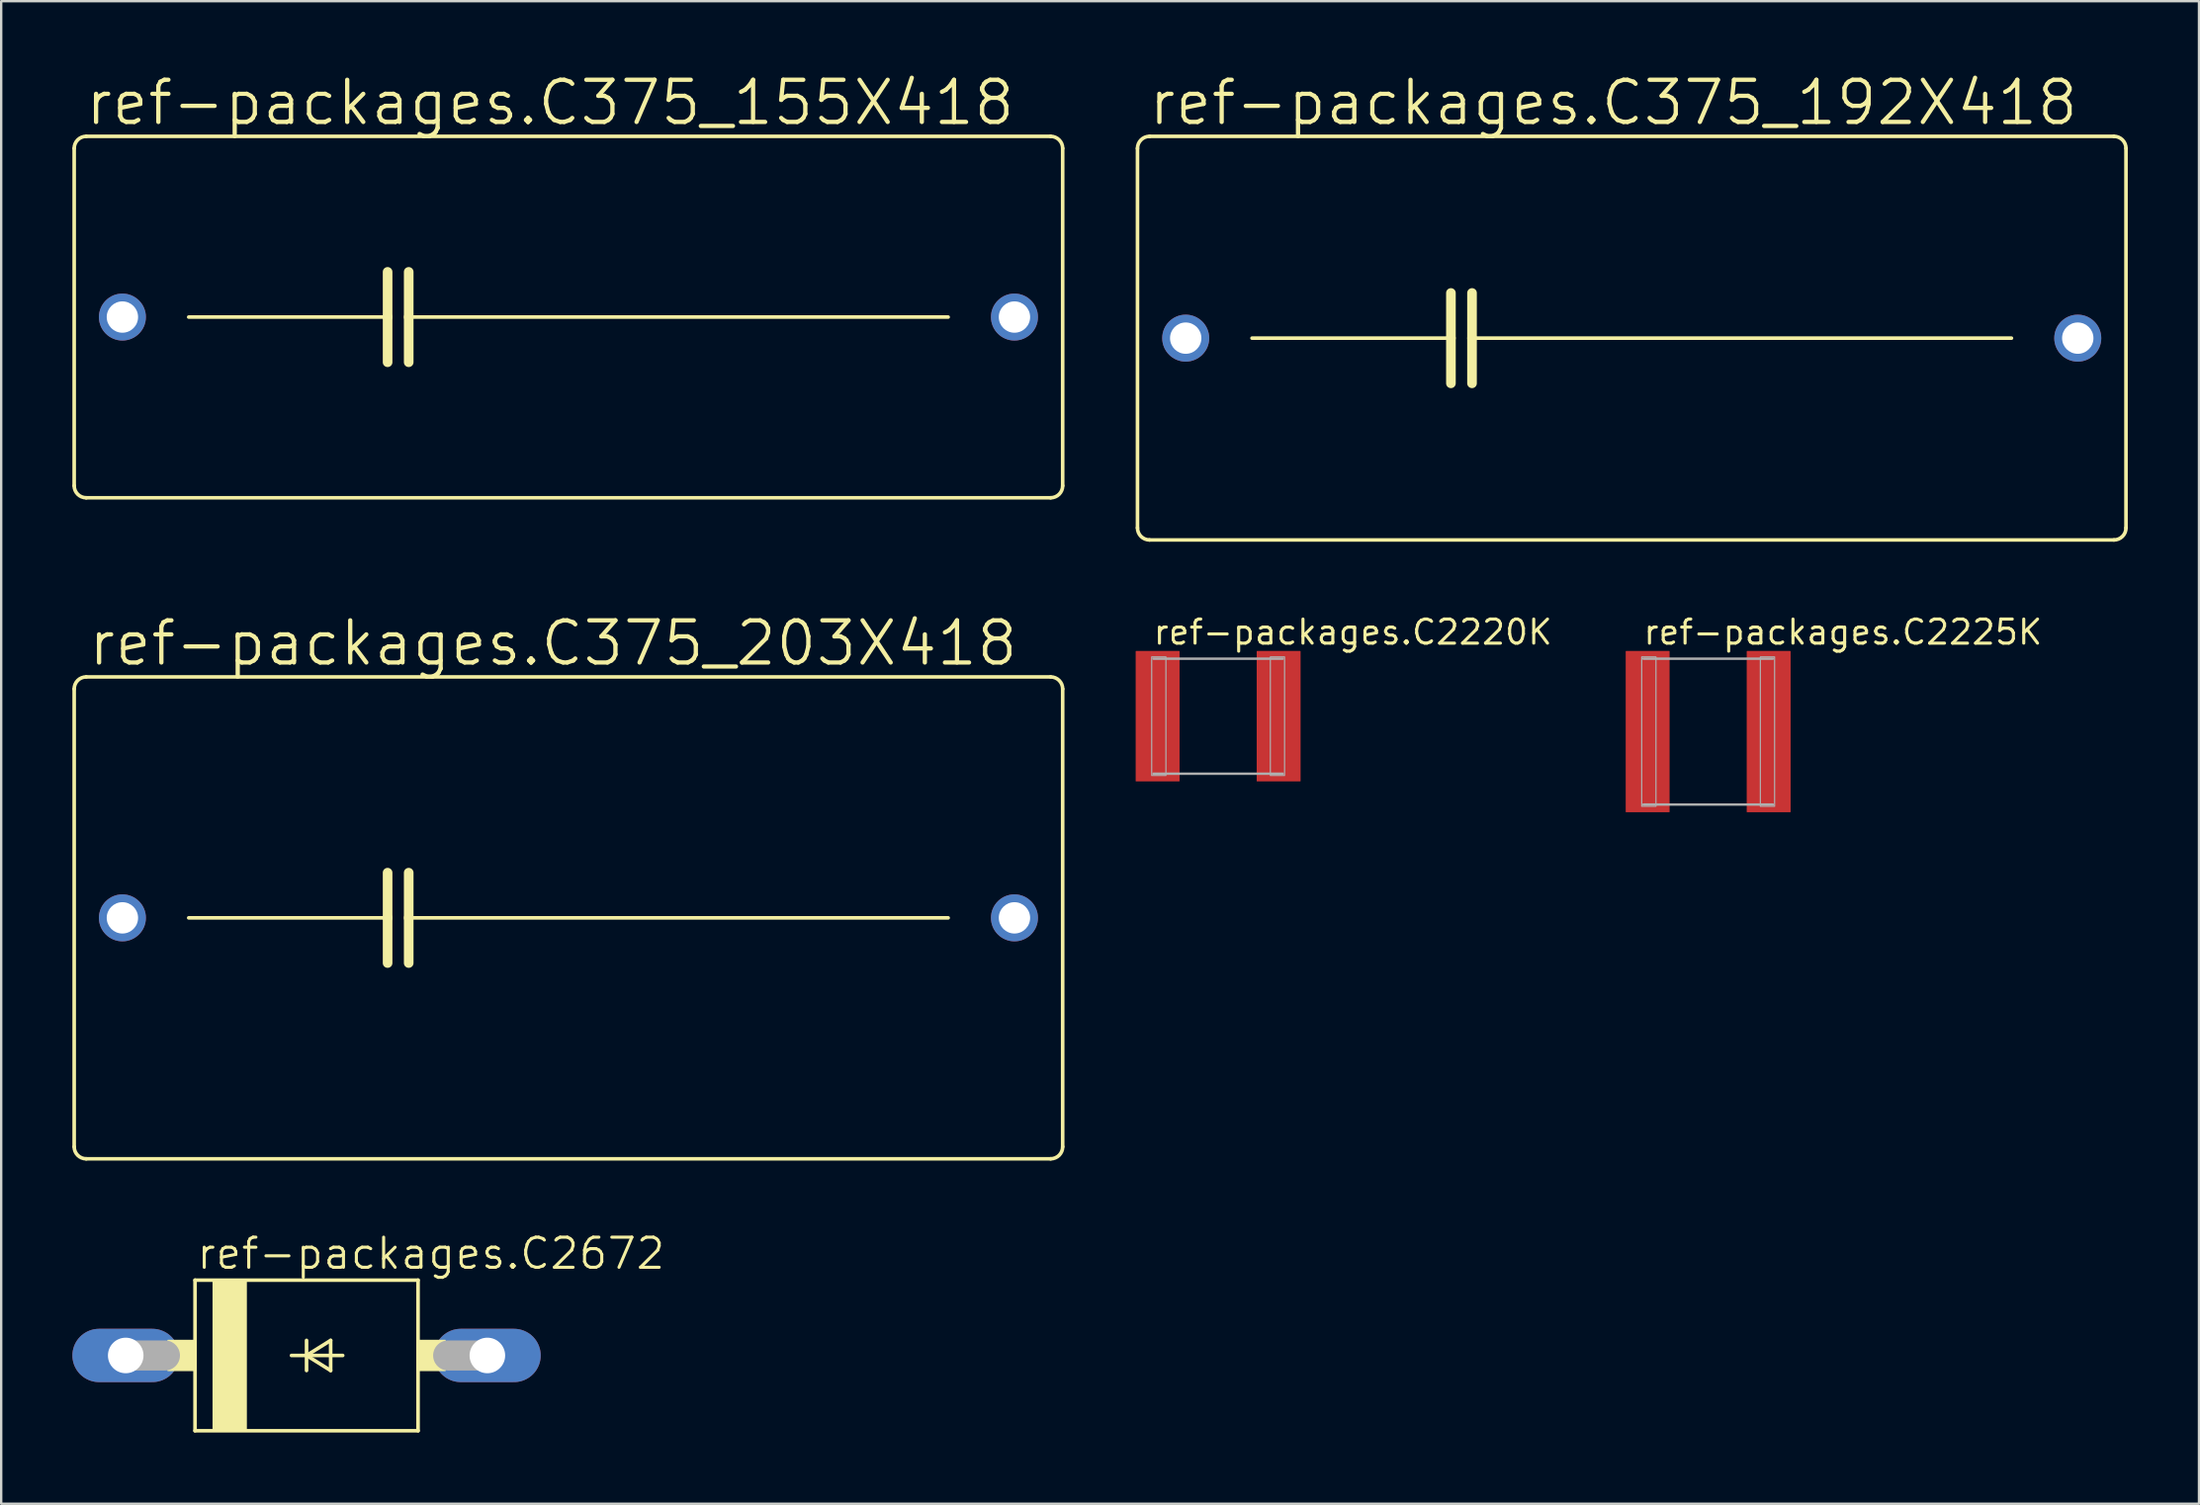
<source format=kicad_pcb>
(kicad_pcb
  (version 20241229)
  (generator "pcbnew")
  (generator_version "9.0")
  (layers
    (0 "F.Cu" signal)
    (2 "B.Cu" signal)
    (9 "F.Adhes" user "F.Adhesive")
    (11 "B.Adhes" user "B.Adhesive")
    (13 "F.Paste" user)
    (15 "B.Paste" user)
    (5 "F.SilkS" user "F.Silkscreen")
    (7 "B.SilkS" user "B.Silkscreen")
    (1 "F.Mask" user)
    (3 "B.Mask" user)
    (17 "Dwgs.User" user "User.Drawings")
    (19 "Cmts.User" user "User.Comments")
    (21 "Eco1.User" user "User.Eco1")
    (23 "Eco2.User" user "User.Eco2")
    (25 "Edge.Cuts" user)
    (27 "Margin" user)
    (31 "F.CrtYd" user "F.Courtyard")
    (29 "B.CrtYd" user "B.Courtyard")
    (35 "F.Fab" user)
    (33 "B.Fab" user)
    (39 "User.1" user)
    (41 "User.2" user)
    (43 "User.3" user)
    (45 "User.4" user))
  (footprint "ref-packages.C2225K"
    (layer "F.Cu")
    (at 68.933 27.799)
    (property "Reference" "ref-packages.C2225K" (at -2.8 -3.6 0) (layer "F.SilkS") (effects (font (size 1.016 1.016) (thickness 0.13)) (justify left bottom)))
    (attr smd)
    (fp_line (start -2.725 -3.075) (end 2.725 -3.075) (stroke (width 0.102) (type default)) (layer "F.Fab"))
    (fp_line (start 2.725 3.075) (end -2.725 3.075) (stroke (width 0.102) (type default)) (layer "F.Fab"))
    (fp_rect (start -2.8 3.15) (end -2.2 -3.15) (stroke (width 0.05) (type default)) (fill no) (layer "F.Fab"))
    (fp_rect (start 2.2 3.15) (end 2.8 -3.15) (stroke (width 0.05) (type default)) (fill no) (layer "F.Fab"))
    (pad "1" smd roundrect (at -2.55 0) (size 1.85 6.8) (layers "F.Cu" "F.Mask" "F.Paste") (roundrect_rratio 0.01))
    (pad "2" smd roundrect (at 2.55 0) (size 1.85 6.8) (layers "F.Cu" "F.Mask" "F.Paste") (roundrect_rratio 0.01)))
  (footprint "ref-packages.C2220K"
    (layer "F.Cu")
    (at 48.283 27.149)
    (property "Reference" "ref-packages.C2220K" (at -2.8 -2.95 0) (layer "F.SilkS") (effects (font (size 1.016 1.016) (thickness 0.13)) (justify left bottom)))
    (attr smd)
    (fp_line (start -2.725 -2.425) (end 2.725 -2.425) (stroke (width 0.102) (type default)) (layer "F.Fab"))
    (fp_line (start 2.725 2.425) (end -2.725 2.425) (stroke (width 0.102) (type default)) (layer "F.Fab"))
    (fp_rect (start -2.8 2.5) (end -2.2 -2.5) (stroke (width 0.05) (type default)) (fill no) (layer "F.Fab"))
    (fp_rect (start 2.2 2.5) (end 2.8 -2.5) (stroke (width 0.05) (type default)) (fill no) (layer "F.Fab"))
    (pad "1" smd roundrect (at -2.55 0) (size 1.85 5.5) (layers "F.Cu" "F.Mask" "F.Paste") (roundrect_rratio 0.01))
    (pad "2" smd roundrect (at 2.55 0) (size 1.85 5.5) (layers "F.Cu" "F.Mask" "F.Paste") (roundrect_rratio 0.01)))
  (footprint "ref-packages.C2672"
    (layer "F.Cu")
    (at 9.868 54.104)
    (property "Reference" "ref-packages.C2672" (at -4.699 -3.556 0) (layer "F.SilkS") (effects (font (size 1.27 1.27) (thickness 0.13)) (justify left bottom)))
    (attr through_hole)
    (fp_line (start -4.699 -3.175) (end -4.699 3.175) (stroke (width 0.152) (type default)) (layer "F.SilkS"))
    (fp_line (start -4.699 -3.175) (end 4.699 -3.175) (stroke (width 0.152) (type default)) (layer "F.SilkS"))
    (fp_line (start -0.635 0) (end 0 0) (stroke (width 0.152) (type default)) (layer "F.SilkS"))
    (fp_line (start 0 -0.635) (end 0 0) (stroke (width 0.152) (type default)) (layer "F.SilkS"))
    (fp_line (start 0 0) (end 0 0.635) (stroke (width 0.152) (type default)) (layer "F.SilkS"))
    (fp_line (start 0 0) (end 1.016 -0.635) (stroke (width 0.152) (type default)) (layer "F.SilkS"))
    (fp_line (start 0 0) (end 1.524 0) (stroke (width 0.152) (type default)) (layer "F.SilkS"))
    (fp_line (start 1.016 -0.635) (end 1.016 0.635) (stroke (width 0.152) (type default)) (layer "F.SilkS"))
    (fp_line (start 1.016 0.635) (end 0 0) (stroke (width 0.152) (type default)) (layer "F.SilkS"))
    (fp_line (start 4.699 3.175) (end -4.699 3.175) (stroke (width 0.152) (type default)) (layer "F.SilkS"))
    (fp_line (start 4.699 3.175) (end 4.699 -3.175) (stroke (width 0.152) (type default)) (layer "F.SilkS"))
    (fp_rect (start -5.842 0.635) (end -4.699 -0.635) (stroke (width 0.05) (type default)) (fill yes) (layer "F.SilkS"))
    (fp_rect (start -3.937 3.175) (end -2.54 -3.175) (stroke (width 0.05) (type default)) (fill yes) (layer "F.SilkS"))
    (fp_rect (start 4.699 0.635) (end 5.842 -0.635) (stroke (width 0.05) (type default)) (fill yes) (layer "F.SilkS"))
    (fp_line (start -7.62 0) (end -5.969 0) (stroke (width 1.27) (type default)) (layer "F.Fab"))
    (fp_line (start 7.62 0) (end 5.969 0) (stroke (width 1.27) (type default)) (layer "F.Fab"))
    (pad "A" thru_hole oval (at 7.62 0) (size 4.496 2.248) (drill 1.499) (layers "*.Cu" "*.Mask"))
    (pad "C" thru_hole oval (at -7.62 0) (size 4.496 2.248) (drill 1.499) (layers "*.Cu" "*.Mask")))
  (footprint "ref-packages.C375_203X418"
    (layer "F.Cu")
    (at 20.904 35.652)
    (property "Reference" "ref-packages.C375_203X418" (at -20.32 -10.541 0) (layer "F.SilkS") (effects (font (size 1.778 1.778) (thickness 0.18)) (justify left bottom)))
    (attr through_hole)
    (fp_line (start -20.828 9.652) (end -20.828 -9.652) (stroke (width 0.152) (type default)) (layer "F.SilkS"))
    (fp_line (start -20.32 -10.16) (end 20.32 -10.16) (stroke (width 0.152) (type default)) (layer "F.SilkS"))
    (fp_line (start -16.002 0) (end -7.62 0) (stroke (width 0.152) (type default)) (layer "F.SilkS"))
    (fp_line (start -7.62 -1.905) (end -7.62 0) (stroke (width 0.406) (type default)) (layer "F.SilkS"))
    (fp_line (start -7.62 0) (end -7.62 1.905) (stroke (width 0.406) (type default)) (layer "F.SilkS"))
    (fp_line (start -6.731 -1.905) (end -6.731 0) (stroke (width 0.406) (type default)) (layer "F.SilkS"))
    (fp_line (start -6.731 0) (end -6.731 1.905) (stroke (width 0.406) (type default)) (layer "F.SilkS"))
    (fp_line (start -6.731 0) (end 16.002 0) (stroke (width 0.152) (type default)) (layer "F.SilkS"))
    (fp_line (start 20.32 10.16) (end -20.32 10.16) (stroke (width 0.152) (type default)) (layer "F.SilkS"))
    (fp_line (start 20.828 -9.652) (end 20.828 9.652) (stroke (width 0.152) (type default)) (layer "F.SilkS"))
    (fp_arc (start -20.828 -9.652) (mid -20.67921 -10.01121) (end -20.32 -10.16) (stroke (width 0.1524) (type default)) (layer "F.SilkS"))
    (fp_arc (start -20.32 10.16) (mid -20.67921 10.01121) (end -20.828 9.652) (stroke (width 0.1524) (type default)) (layer "F.SilkS"))
    (fp_arc (start 20.32 -10.16) (mid 20.67921 -10.01121) (end 20.828 -9.652) (stroke (width 0.1524) (type default)) (layer "F.SilkS"))
    (fp_arc (start 20.828 9.652) (mid 20.67921 10.01121) (end 20.32 10.16) (stroke (width 0.1524) (type default)) (layer "F.SilkS"))
    (pad "1" thru_hole circle (at -18.796 0) (size 1.981 1.981) (drill 1.321) (layers "*.Cu" "*.Mask"))
    (pad "2" thru_hole circle (at 18.796 0) (size 1.981 1.981) (drill 1.321) (layers "*.Cu" "*.Mask")))
  (footprint "ref-packages.C375_192X418"
    (layer "F.Cu")
    (at 65.713 11.208)
    (property "Reference" "ref-packages.C375_192X418" (at -20.447 -8.89 0) (layer "F.SilkS") (effects (font (size 1.778 1.778) (thickness 0.18)) (justify left bottom)))
    (attr through_hole)
    (fp_line (start -20.828 8.001) (end -20.828 -8.001) (stroke (width 0.152) (type default)) (layer "F.SilkS"))
    (fp_line (start -20.32 -8.509) (end 20.32 -8.509) (stroke (width 0.152) (type default)) (layer "F.SilkS"))
    (fp_line (start -16.002 0) (end -7.62 0) (stroke (width 0.152) (type default)) (layer "F.SilkS"))
    (fp_line (start -7.62 -1.905) (end -7.62 0) (stroke (width 0.406) (type default)) (layer "F.SilkS"))
    (fp_line (start -7.62 0) (end -7.62 1.905) (stroke (width 0.406) (type default)) (layer "F.SilkS"))
    (fp_line (start -6.731 -1.905) (end -6.731 0) (stroke (width 0.406) (type default)) (layer "F.SilkS"))
    (fp_line (start -6.731 0) (end -6.731 1.905) (stroke (width 0.406) (type default)) (layer "F.SilkS"))
    (fp_line (start -6.731 0) (end 16.002 0) (stroke (width 0.152) (type default)) (layer "F.SilkS"))
    (fp_line (start 20.32 8.509) (end -20.32 8.509) (stroke (width 0.152) (type default)) (layer "F.SilkS"))
    (fp_line (start 20.828 -8.001) (end 20.828 8.001) (stroke (width 0.152) (type default)) (layer "F.SilkS"))
    (fp_arc (start -20.828 -8.001) (mid -20.67921 -8.36021) (end -20.32 -8.509) (stroke (width 0.1524) (type default)) (layer "F.SilkS"))
    (fp_arc (start -20.32 8.509) (mid -20.67921 8.36021) (end -20.828 8.001) (stroke (width 0.1524) (type default)) (layer "F.SilkS"))
    (fp_arc (start 20.32 -8.509) (mid 20.67921 -8.36021) (end 20.828 -8.001) (stroke (width 0.1524) (type default)) (layer "F.SilkS"))
    (fp_arc (start 20.828 8.001) (mid 20.67921 8.36021) (end 20.32 8.509) (stroke (width 0.1524) (type default)) (layer "F.SilkS"))
    (pad "1" thru_hole circle (at -18.796 0) (size 1.981 1.981) (drill 1.321) (layers "*.Cu" "*.Mask"))
    (pad "2" thru_hole circle (at 18.796 0) (size 1.981 1.981) (drill 1.321) (layers "*.Cu" "*.Mask")))
  (footprint "ref-packages.C375_155X418"
    (layer "F.Cu")
    (at 20.904 10.319)
    (property "Reference" "ref-packages.C375_155X418" (at -20.447 -8.001 0) (layer "F.SilkS") (effects (font (size 1.778 1.778) (thickness 0.18)) (justify left bottom)))
    (attr through_hole)
    (fp_line (start -20.828 7.112) (end -20.828 -7.112) (stroke (width 0.152) (type default)) (layer "F.SilkS"))
    (fp_line (start -20.32 -7.62) (end 20.32 -7.62) (stroke (width 0.152) (type default)) (layer "F.SilkS"))
    (fp_line (start -16.002 0) (end -7.62 0) (stroke (width 0.152) (type default)) (layer "F.SilkS"))
    (fp_line (start -7.62 -1.905) (end -7.62 0) (stroke (width 0.406) (type default)) (layer "F.SilkS"))
    (fp_line (start -7.62 0) (end -7.62 1.905) (stroke (width 0.406) (type default)) (layer "F.SilkS"))
    (fp_line (start -6.731 -1.905) (end -6.731 0) (stroke (width 0.406) (type default)) (layer "F.SilkS"))
    (fp_line (start -6.731 0) (end -6.731 1.905) (stroke (width 0.406) (type default)) (layer "F.SilkS"))
    (fp_line (start -6.731 0) (end 16.002 0) (stroke (width 0.152) (type default)) (layer "F.SilkS"))
    (fp_line (start 20.32 7.62) (end -20.32 7.62) (stroke (width 0.152) (type default)) (layer "F.SilkS"))
    (fp_line (start 20.828 -7.112) (end 20.828 7.112) (stroke (width 0.152) (type default)) (layer "F.SilkS"))
    (fp_arc (start -20.828 -7.112) (mid -20.67921 -7.47121) (end -20.32 -7.62) (stroke (width 0.1524) (type default)) (layer "F.SilkS"))
    (fp_arc (start -20.32 7.62) (mid -20.67921 7.47121) (end -20.828 7.112) (stroke (width 0.1524) (type default)) (layer "F.SilkS"))
    (fp_arc (start 20.32 -7.62) (mid 20.67921 -7.47121) (end 20.828 -7.112) (stroke (width 0.1524) (type default)) (layer "F.SilkS"))
    (fp_arc (start 20.828 7.112) (mid 20.67921 7.47121) (end 20.32 7.62) (stroke (width 0.1524) (type default)) (layer "F.SilkS"))
    (pad "1" thru_hole circle (at -18.796 0) (size 1.981 1.981) (drill 1.321) (layers "*.Cu" "*.Mask"))
    (pad "2" thru_hole circle (at 18.796 0) (size 1.981 1.981) (drill 1.321) (layers "*.Cu" "*.Mask")))
  (gr_rect
    (start -3 -3)
    (end 89.617 60.356)
    (stroke (width 0.1) (type default))
    (fill no)
    (layer "Edge.Cuts")))
</source>
